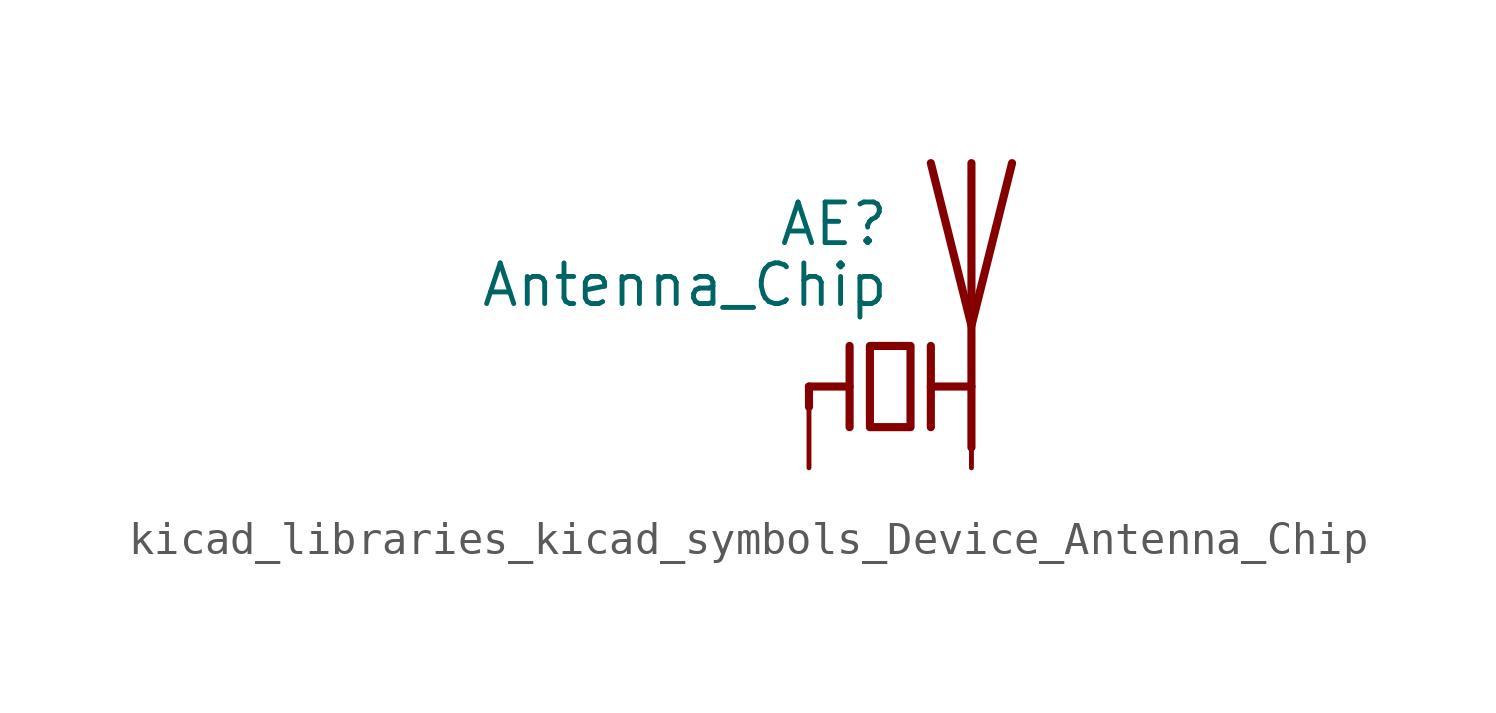
<source format=kicad_sym>
(kicad_symbol_lib
  (version 20220914)
  (generator kicad_symbol_editor)
  (symbol "kicad_libraries_kicad_symbols_Device_Antenna_Chip"
    (pin_numbers hide)
    (pin_names
      (offset 1.016) hide)
    (property "Reference" "AE"
      (at 0 5.08 0)
      (effects (font (size 1.27 1.27)) (justify right)))
    (property "Value" "Antenna_Chip"
      (at 0 3.175 0)
      (effects (font (size 1.27 1.27)) (justify right)))
    (symbol "kicad_libraries_kicad_symbols_Device_Antenna_Chip_0_1"
      (polyline (pts (xy -2.54 0) (xy -2.54 -0.635)) (stroke (width 0.254) (type default)) (fill (type none)))
      (polyline (pts (xy -2.54 0) (xy -1.27 0)) (stroke (width 0.254) (type default)) (fill (type none)))
      (polyline (pts (xy 1.27 0) (xy 2.54 0)) (stroke (width 0.254) (type default)) (fill (type none)))
      (polyline (pts (xy 1.27 1.27) (xy 1.27 -1.27)) (stroke (width 0.254) (type default)) (fill (type none)))
      (polyline (pts (xy 2.54 -0.635) (xy 2.54 0)) (stroke (width 0) (type default)) (fill (type none)))
      (polyline (pts (xy 2.54 6.985) (xy 2.54 -1.905)) (stroke (width 0.254) (type default)) (fill (type none)))
      (polyline (pts (xy -1.27 1.27) (xy -1.27 -1.27) (xy -1.27 0)) (stroke (width 0.254) (type default)) (fill (type none)))
      (polyline (pts (xy 3.81 6.985) (xy 2.54 1.905) (xy 1.27 6.985)) (stroke (width 0.254) (type default)) (fill (type none)))
      (polyline (pts (xy -0.635 1.27) (xy 0.635 1.27) (xy 0.635 -1.27) (xy -0.635 -1.27) (xy -0.635 1.27)) (stroke (width 0.254) (type default)) (fill (type none))))
    (symbol "kicad_libraries_kicad_symbols_Device_Antenna_Chip_1_1"
      (pin input line (at -2.54 -2.54 90) (length 2.54) (name "FEED" (effects (font (size 1.27 1.27)))) (number "1" (effects (font (size 1.27 1.27)))))
      (pin passive line (at 2.54 -2.54 90) (length 2.54) (name "PCB_Trace" (effects (font (size 1.27 1.27)))) (number "2" (effects (font (size 1.27 1.27))))))))
</source>
